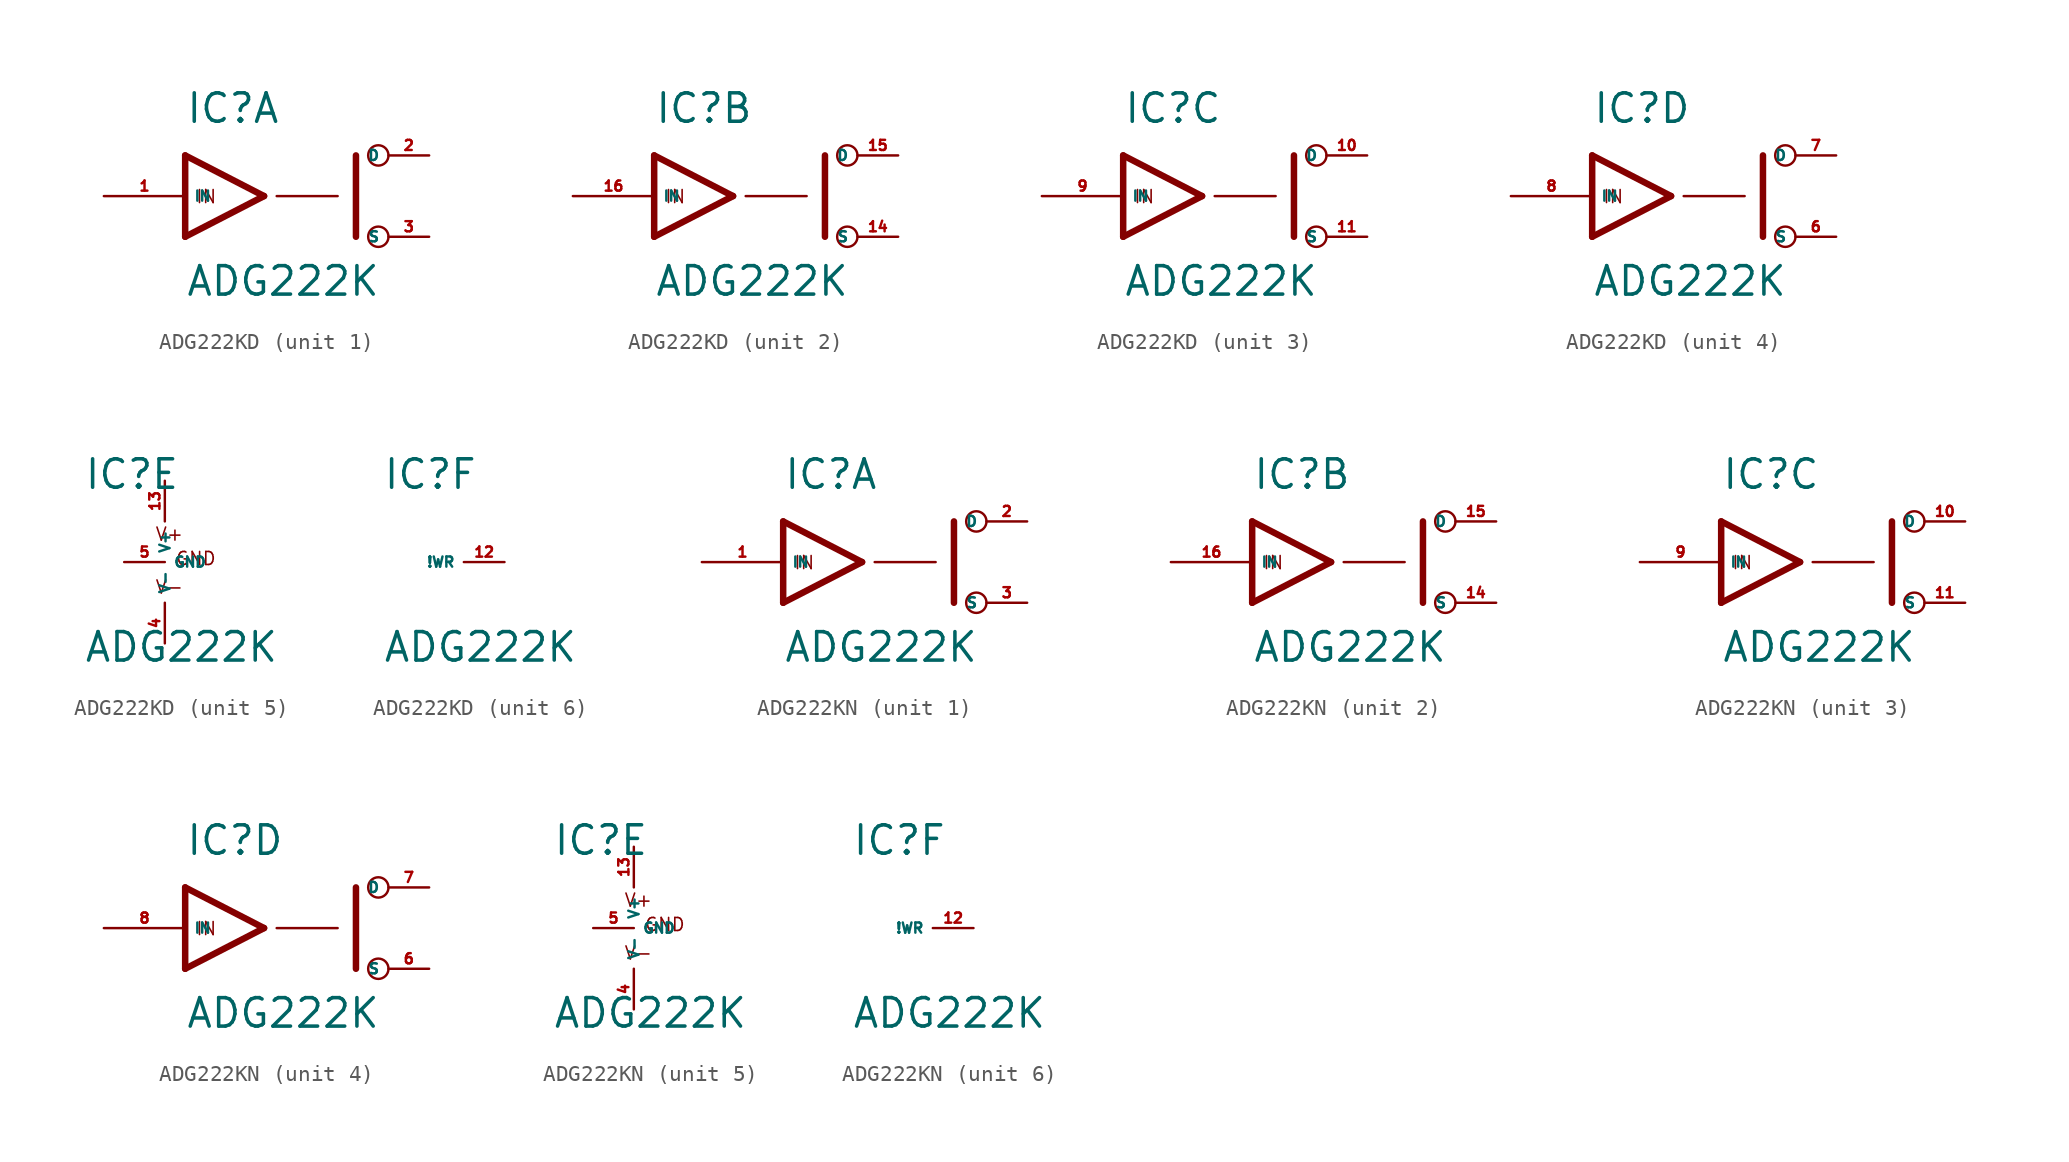
<source format=kicad_sym>
(kicad_symbol_lib
  (version 20220914)
  (generator Eagle2Kicad)
  (symbol "ADG222KD"
    (property "Reference" "IC"
      (at -5.08 4.445 0)
      (effects (font (size 1.778 1.778) (thickness 0.22)) (justify left bottom)))
    (property "Value" "ADG222K"
      (at -5.08 -6.35 0)
      (effects (font (size 1.778 1.778) (thickness 0.22)) (justify left bottom)))
    (symbol "ADG222KD_1_0"
      (polyline (pts (xy -0.152 0) (xy -5.08 2.54)) (stroke (width 0.406) (type default)) (fill (type none)))
      (polyline (pts (xy -5.08 -2.54) (xy -0.152 0)) (stroke (width 0.406) (type default)) (fill (type none)))
      (polyline (pts (xy -5.08 2.54) (xy -5.08 -2.54)) (stroke (width 0.406) (type default)) (fill (type none)))
      (polyline (pts (xy 5.588 -2.54) (xy 5.588 2.54)) (stroke (width 0.406) (type default)) (fill (type none)))
      (polyline (pts (xy 0.635 0) (xy 4.445 0)) (stroke (width 0.152) (type default)) (fill (type none)))
      (text "IN" (at -4.445 -0.508 0) (effects (font (size 0.813 0.813) (thickness 0.10)) (justify left bottom)))
      (circle (center 6.985 2.54) (radius 0.635) (stroke (width 0.152) (type default)) (fill (type none)))
      (circle (center 6.985 -2.54) (radius 0.635) (stroke (width 0.152) (type default)) (fill (type none)))
      (pin bidirectional line (at 10.16 2.54 180) (length 2.54) (name "D" (effects (font (size 0.635 0.635) (thickness 0.08)) (justify left bottom))) (number "2" (effects (font (size 0.635 0.635) (thickness 0.08)) (justify left bottom))))
      (pin input line (at -10.16 0 0) (length 5.08) (name "IN" (effects (font (size 0.635 0.635) (thickness 0.08)) (justify left bottom))) (number "1" (effects (font (size 0.635 0.635) (thickness 0.08)) (justify left bottom))))
      (pin bidirectional line (at 10.16 -2.54 180) (length 2.54) (name "S" (effects (font (size 0.635 0.635) (thickness 0.08)) (justify left bottom))) (number "3" (effects (font (size 0.635 0.635) (thickness 0.08)) (justify left bottom)))))
    (symbol "ADG222KD_2_0"
      (polyline (pts (xy -0.152 0) (xy -5.08 2.54)) (stroke (width 0.406) (type default)) (fill (type none)))
      (polyline (pts (xy -5.08 -2.54) (xy -0.152 0)) (stroke (width 0.406) (type default)) (fill (type none)))
      (polyline (pts (xy -5.08 2.54) (xy -5.08 -2.54)) (stroke (width 0.406) (type default)) (fill (type none)))
      (polyline (pts (xy 5.588 -2.54) (xy 5.588 2.54)) (stroke (width 0.406) (type default)) (fill (type none)))
      (polyline (pts (xy 0.635 0) (xy 4.445 0)) (stroke (width 0.152) (type default)) (fill (type none)))
      (text "IN" (at -4.445 -0.508 0) (effects (font (size 0.813 0.813) (thickness 0.10)) (justify left bottom)))
      (circle (center 6.985 2.54) (radius 0.635) (stroke (width 0.152) (type default)) (fill (type none)))
      (circle (center 6.985 -2.54) (radius 0.635) (stroke (width 0.152) (type default)) (fill (type none)))
      (pin bidirectional line (at 10.16 2.54 180) (length 2.54) (name "D" (effects (font (size 0.635 0.635) (thickness 0.08)) (justify left bottom))) (number "15" (effects (font (size 0.635 0.635) (thickness 0.08)) (justify left bottom))))
      (pin input line (at -10.16 0 0) (length 5.08) (name "IN" (effects (font (size 0.635 0.635) (thickness 0.08)) (justify left bottom))) (number "16" (effects (font (size 0.635 0.635) (thickness 0.08)) (justify left bottom))))
      (pin bidirectional line (at 10.16 -2.54 180) (length 2.54) (name "S" (effects (font (size 0.635 0.635) (thickness 0.08)) (justify left bottom))) (number "14" (effects (font (size 0.635 0.635) (thickness 0.08)) (justify left bottom)))))
    (symbol "ADG222KD_3_0"
      (polyline (pts (xy -0.152 0) (xy -5.08 2.54)) (stroke (width 0.406) (type default)) (fill (type none)))
      (polyline (pts (xy -5.08 -2.54) (xy -0.152 0)) (stroke (width 0.406) (type default)) (fill (type none)))
      (polyline (pts (xy -5.08 2.54) (xy -5.08 -2.54)) (stroke (width 0.406) (type default)) (fill (type none)))
      (polyline (pts (xy 5.588 -2.54) (xy 5.588 2.54)) (stroke (width 0.406) (type default)) (fill (type none)))
      (polyline (pts (xy 0.635 0) (xy 4.445 0)) (stroke (width 0.152) (type default)) (fill (type none)))
      (text "IN" (at -4.445 -0.508 0) (effects (font (size 0.813 0.813) (thickness 0.10)) (justify left bottom)))
      (circle (center 6.985 2.54) (radius 0.635) (stroke (width 0.152) (type default)) (fill (type none)))
      (circle (center 6.985 -2.54) (radius 0.635) (stroke (width 0.152) (type default)) (fill (type none)))
      (pin bidirectional line (at 10.16 2.54 180) (length 2.54) (name "D" (effects (font (size 0.635 0.635) (thickness 0.08)) (justify left bottom))) (number "10" (effects (font (size 0.635 0.635) (thickness 0.08)) (justify left bottom))))
      (pin input line (at -10.16 0 0) (length 5.08) (name "IN" (effects (font (size 0.635 0.635) (thickness 0.08)) (justify left bottom))) (number "9" (effects (font (size 0.635 0.635) (thickness 0.08)) (justify left bottom))))
      (pin bidirectional line (at 10.16 -2.54 180) (length 2.54) (name "S" (effects (font (size 0.635 0.635) (thickness 0.08)) (justify left bottom))) (number "11" (effects (font (size 0.635 0.635) (thickness 0.08)) (justify left bottom)))))
    (symbol "ADG222KD_4_0"
      (polyline (pts (xy -0.152 0) (xy -5.08 2.54)) (stroke (width 0.406) (type default)) (fill (type none)))
      (polyline (pts (xy -5.08 -2.54) (xy -0.152 0)) (stroke (width 0.406) (type default)) (fill (type none)))
      (polyline (pts (xy -5.08 2.54) (xy -5.08 -2.54)) (stroke (width 0.406) (type default)) (fill (type none)))
      (polyline (pts (xy 5.588 -2.54) (xy 5.588 2.54)) (stroke (width 0.406) (type default)) (fill (type none)))
      (polyline (pts (xy 0.635 0) (xy 4.445 0)) (stroke (width 0.152) (type default)) (fill (type none)))
      (text "IN" (at -4.445 -0.508 0) (effects (font (size 0.813 0.813) (thickness 0.10)) (justify left bottom)))
      (circle (center 6.985 2.54) (radius 0.635) (stroke (width 0.152) (type default)) (fill (type none)))
      (circle (center 6.985 -2.54) (radius 0.635) (stroke (width 0.152) (type default)) (fill (type none)))
      (pin bidirectional line (at 10.16 2.54 180) (length 2.54) (name "D" (effects (font (size 0.635 0.635) (thickness 0.08)) (justify left bottom))) (number "7" (effects (font (size 0.635 0.635) (thickness 0.08)) (justify left bottom))))
      (pin input line (at -10.16 0 0) (length 5.08) (name "IN" (effects (font (size 0.635 0.635) (thickness 0.08)) (justify left bottom))) (number "8" (effects (font (size 0.635 0.635) (thickness 0.08)) (justify left bottom))))
      (pin bidirectional line (at 10.16 -2.54 180) (length 2.54) (name "S" (effects (font (size 0.635 0.635) (thickness 0.08)) (justify left bottom))) (number "6" (effects (font (size 0.635 0.635) (thickness 0.08)) (justify left bottom)))))
    (symbol "ADG222KD_5_0"
      (text "V+" (at -0.635 1.27 0) (effects (font (size 0.813 0.813) (thickness 0.10)) (justify left bottom)))
      (text "V-" (at -0.635 -2.032 0) (effects (font (size 0.813 0.813) (thickness 0.10)) (justify left bottom)))
      (text "GND" (at 0.635 -0.254 0) (effects (font (size 0.813 0.813) (thickness 0.10)) (justify left bottom)))
      (pin unspecified line (at 0 5.08 270) (length 2.54) (name "V+" (effects (font (size 0.635 0.635) (thickness 0.08)) (justify left bottom))) (number "13" (effects (font (size 0.635 0.635) (thickness 0.08)) (justify left bottom))))
      (pin unspecified line (at 0 -5.08 90) (length 2.54) (name "V-" (effects (font (size 0.635 0.635) (thickness 0.08)) (justify left bottom))) (number "4" (effects (font (size 0.635 0.635) (thickness 0.08)) (justify left bottom))))
      (pin unspecified line (at -2.54 0 0) (length 2.54) (name "GND" (effects (font (size 0.635 0.635) (thickness 0.08)) (justify left bottom))) (number "5" (effects (font (size 0.635 0.635) (thickness 0.08)) (justify left bottom)))))
    (symbol "ADG222KD_6_0"
      (pin input line (at 2.54 0 180) (length 2.54) (name "!WR" (effects (font (size 0.635 0.635) (thickness 0.08)) (justify left bottom))) (number "12" (effects (font (size 0.635 0.635) (thickness 0.08)) (justify left bottom))))))
  (symbol "ADG222KN"
    (property "Reference" "IC"
      (at -5.08 4.445 0)
      (effects (font (size 1.778 1.778) (thickness 0.22)) (justify left bottom)))
    (property "Value" "ADG222K"
      (at -5.08 -6.35 0)
      (effects (font (size 1.778 1.778) (thickness 0.22)) (justify left bottom)))
    (symbol "ADG222KN_1_0"
      (polyline (pts (xy -0.152 0) (xy -5.08 2.54)) (stroke (width 0.406) (type default)) (fill (type none)))
      (polyline (pts (xy -5.08 -2.54) (xy -0.152 0)) (stroke (width 0.406) (type default)) (fill (type none)))
      (polyline (pts (xy -5.08 2.54) (xy -5.08 -2.54)) (stroke (width 0.406) (type default)) (fill (type none)))
      (polyline (pts (xy 5.588 -2.54) (xy 5.588 2.54)) (stroke (width 0.406) (type default)) (fill (type none)))
      (polyline (pts (xy 0.635 0) (xy 4.445 0)) (stroke (width 0.152) (type default)) (fill (type none)))
      (text "IN" (at -4.445 -0.508 0) (effects (font (size 0.813 0.813) (thickness 0.10)) (justify left bottom)))
      (circle (center 6.985 2.54) (radius 0.635) (stroke (width 0.152) (type default)) (fill (type none)))
      (circle (center 6.985 -2.54) (radius 0.635) (stroke (width 0.152) (type default)) (fill (type none)))
      (pin bidirectional line (at 10.16 2.54 180) (length 2.54) (name "D" (effects (font (size 0.635 0.635) (thickness 0.08)) (justify left bottom))) (number "2" (effects (font (size 0.635 0.635) (thickness 0.08)) (justify left bottom))))
      (pin input line (at -10.16 0 0) (length 5.08) (name "IN" (effects (font (size 0.635 0.635) (thickness 0.08)) (justify left bottom))) (number "1" (effects (font (size 0.635 0.635) (thickness 0.08)) (justify left bottom))))
      (pin bidirectional line (at 10.16 -2.54 180) (length 2.54) (name "S" (effects (font (size 0.635 0.635) (thickness 0.08)) (justify left bottom))) (number "3" (effects (font (size 0.635 0.635) (thickness 0.08)) (justify left bottom)))))
    (symbol "ADG222KN_2_0"
      (polyline (pts (xy -0.152 0) (xy -5.08 2.54)) (stroke (width 0.406) (type default)) (fill (type none)))
      (polyline (pts (xy -5.08 -2.54) (xy -0.152 0)) (stroke (width 0.406) (type default)) (fill (type none)))
      (polyline (pts (xy -5.08 2.54) (xy -5.08 -2.54)) (stroke (width 0.406) (type default)) (fill (type none)))
      (polyline (pts (xy 5.588 -2.54) (xy 5.588 2.54)) (stroke (width 0.406) (type default)) (fill (type none)))
      (polyline (pts (xy 0.635 0) (xy 4.445 0)) (stroke (width 0.152) (type default)) (fill (type none)))
      (text "IN" (at -4.445 -0.508 0) (effects (font (size 0.813 0.813) (thickness 0.10)) (justify left bottom)))
      (circle (center 6.985 2.54) (radius 0.635) (stroke (width 0.152) (type default)) (fill (type none)))
      (circle (center 6.985 -2.54) (radius 0.635) (stroke (width 0.152) (type default)) (fill (type none)))
      (pin bidirectional line (at 10.16 2.54 180) (length 2.54) (name "D" (effects (font (size 0.635 0.635) (thickness 0.08)) (justify left bottom))) (number "15" (effects (font (size 0.635 0.635) (thickness 0.08)) (justify left bottom))))
      (pin input line (at -10.16 0 0) (length 5.08) (name "IN" (effects (font (size 0.635 0.635) (thickness 0.08)) (justify left bottom))) (number "16" (effects (font (size 0.635 0.635) (thickness 0.08)) (justify left bottom))))
      (pin bidirectional line (at 10.16 -2.54 180) (length 2.54) (name "S" (effects (font (size 0.635 0.635) (thickness 0.08)) (justify left bottom))) (number "14" (effects (font (size 0.635 0.635) (thickness 0.08)) (justify left bottom)))))
    (symbol "ADG222KN_3_0"
      (polyline (pts (xy -0.152 0) (xy -5.08 2.54)) (stroke (width 0.406) (type default)) (fill (type none)))
      (polyline (pts (xy -5.08 -2.54) (xy -0.152 0)) (stroke (width 0.406) (type default)) (fill (type none)))
      (polyline (pts (xy -5.08 2.54) (xy -5.08 -2.54)) (stroke (width 0.406) (type default)) (fill (type none)))
      (polyline (pts (xy 5.588 -2.54) (xy 5.588 2.54)) (stroke (width 0.406) (type default)) (fill (type none)))
      (polyline (pts (xy 0.635 0) (xy 4.445 0)) (stroke (width 0.152) (type default)) (fill (type none)))
      (text "IN" (at -4.445 -0.508 0) (effects (font (size 0.813 0.813) (thickness 0.10)) (justify left bottom)))
      (circle (center 6.985 2.54) (radius 0.635) (stroke (width 0.152) (type default)) (fill (type none)))
      (circle (center 6.985 -2.54) (radius 0.635) (stroke (width 0.152) (type default)) (fill (type none)))
      (pin bidirectional line (at 10.16 2.54 180) (length 2.54) (name "D" (effects (font (size 0.635 0.635) (thickness 0.08)) (justify left bottom))) (number "10" (effects (font (size 0.635 0.635) (thickness 0.08)) (justify left bottom))))
      (pin input line (at -10.16 0 0) (length 5.08) (name "IN" (effects (font (size 0.635 0.635) (thickness 0.08)) (justify left bottom))) (number "9" (effects (font (size 0.635 0.635) (thickness 0.08)) (justify left bottom))))
      (pin bidirectional line (at 10.16 -2.54 180) (length 2.54) (name "S" (effects (font (size 0.635 0.635) (thickness 0.08)) (justify left bottom))) (number "11" (effects (font (size 0.635 0.635) (thickness 0.08)) (justify left bottom)))))
    (symbol "ADG222KN_4_0"
      (polyline (pts (xy -0.152 0) (xy -5.08 2.54)) (stroke (width 0.406) (type default)) (fill (type none)))
      (polyline (pts (xy -5.08 -2.54) (xy -0.152 0)) (stroke (width 0.406) (type default)) (fill (type none)))
      (polyline (pts (xy -5.08 2.54) (xy -5.08 -2.54)) (stroke (width 0.406) (type default)) (fill (type none)))
      (polyline (pts (xy 5.588 -2.54) (xy 5.588 2.54)) (stroke (width 0.406) (type default)) (fill (type none)))
      (polyline (pts (xy 0.635 0) (xy 4.445 0)) (stroke (width 0.152) (type default)) (fill (type none)))
      (text "IN" (at -4.445 -0.508 0) (effects (font (size 0.813 0.813) (thickness 0.10)) (justify left bottom)))
      (circle (center 6.985 2.54) (radius 0.635) (stroke (width 0.152) (type default)) (fill (type none)))
      (circle (center 6.985 -2.54) (radius 0.635) (stroke (width 0.152) (type default)) (fill (type none)))
      (pin bidirectional line (at 10.16 2.54 180) (length 2.54) (name "D" (effects (font (size 0.635 0.635) (thickness 0.08)) (justify left bottom))) (number "7" (effects (font (size 0.635 0.635) (thickness 0.08)) (justify left bottom))))
      (pin input line (at -10.16 0 0) (length 5.08) (name "IN" (effects (font (size 0.635 0.635) (thickness 0.08)) (justify left bottom))) (number "8" (effects (font (size 0.635 0.635) (thickness 0.08)) (justify left bottom))))
      (pin bidirectional line (at 10.16 -2.54 180) (length 2.54) (name "S" (effects (font (size 0.635 0.635) (thickness 0.08)) (justify left bottom))) (number "6" (effects (font (size 0.635 0.635) (thickness 0.08)) (justify left bottom)))))
    (symbol "ADG222KN_5_0"
      (text "V+" (at -0.635 1.27 0) (effects (font (size 0.813 0.813) (thickness 0.10)) (justify left bottom)))
      (text "V-" (at -0.635 -2.032 0) (effects (font (size 0.813 0.813) (thickness 0.10)) (justify left bottom)))
      (text "GND" (at 0.635 -0.254 0) (effects (font (size 0.813 0.813) (thickness 0.10)) (justify left bottom)))
      (pin unspecified line (at 0 5.08 270) (length 2.54) (name "V+" (effects (font (size 0.635 0.635) (thickness 0.08)) (justify left bottom))) (number "13" (effects (font (size 0.635 0.635) (thickness 0.08)) (justify left bottom))))
      (pin unspecified line (at 0 -5.08 90) (length 2.54) (name "V-" (effects (font (size 0.635 0.635) (thickness 0.08)) (justify left bottom))) (number "4" (effects (font (size 0.635 0.635) (thickness 0.08)) (justify left bottom))))
      (pin unspecified line (at -2.54 0 0) (length 2.54) (name "GND" (effects (font (size 0.635 0.635) (thickness 0.08)) (justify left bottom))) (number "5" (effects (font (size 0.635 0.635) (thickness 0.08)) (justify left bottom)))))
    (symbol "ADG222KN_6_0"
      (pin input line (at 2.54 0 180) (length 2.54) (name "!WR" (effects (font (size 0.635 0.635) (thickness 0.08)) (justify left bottom))) (number "12" (effects (font (size 0.635 0.635) (thickness 0.08)) (justify left bottom)))))))
</source>
